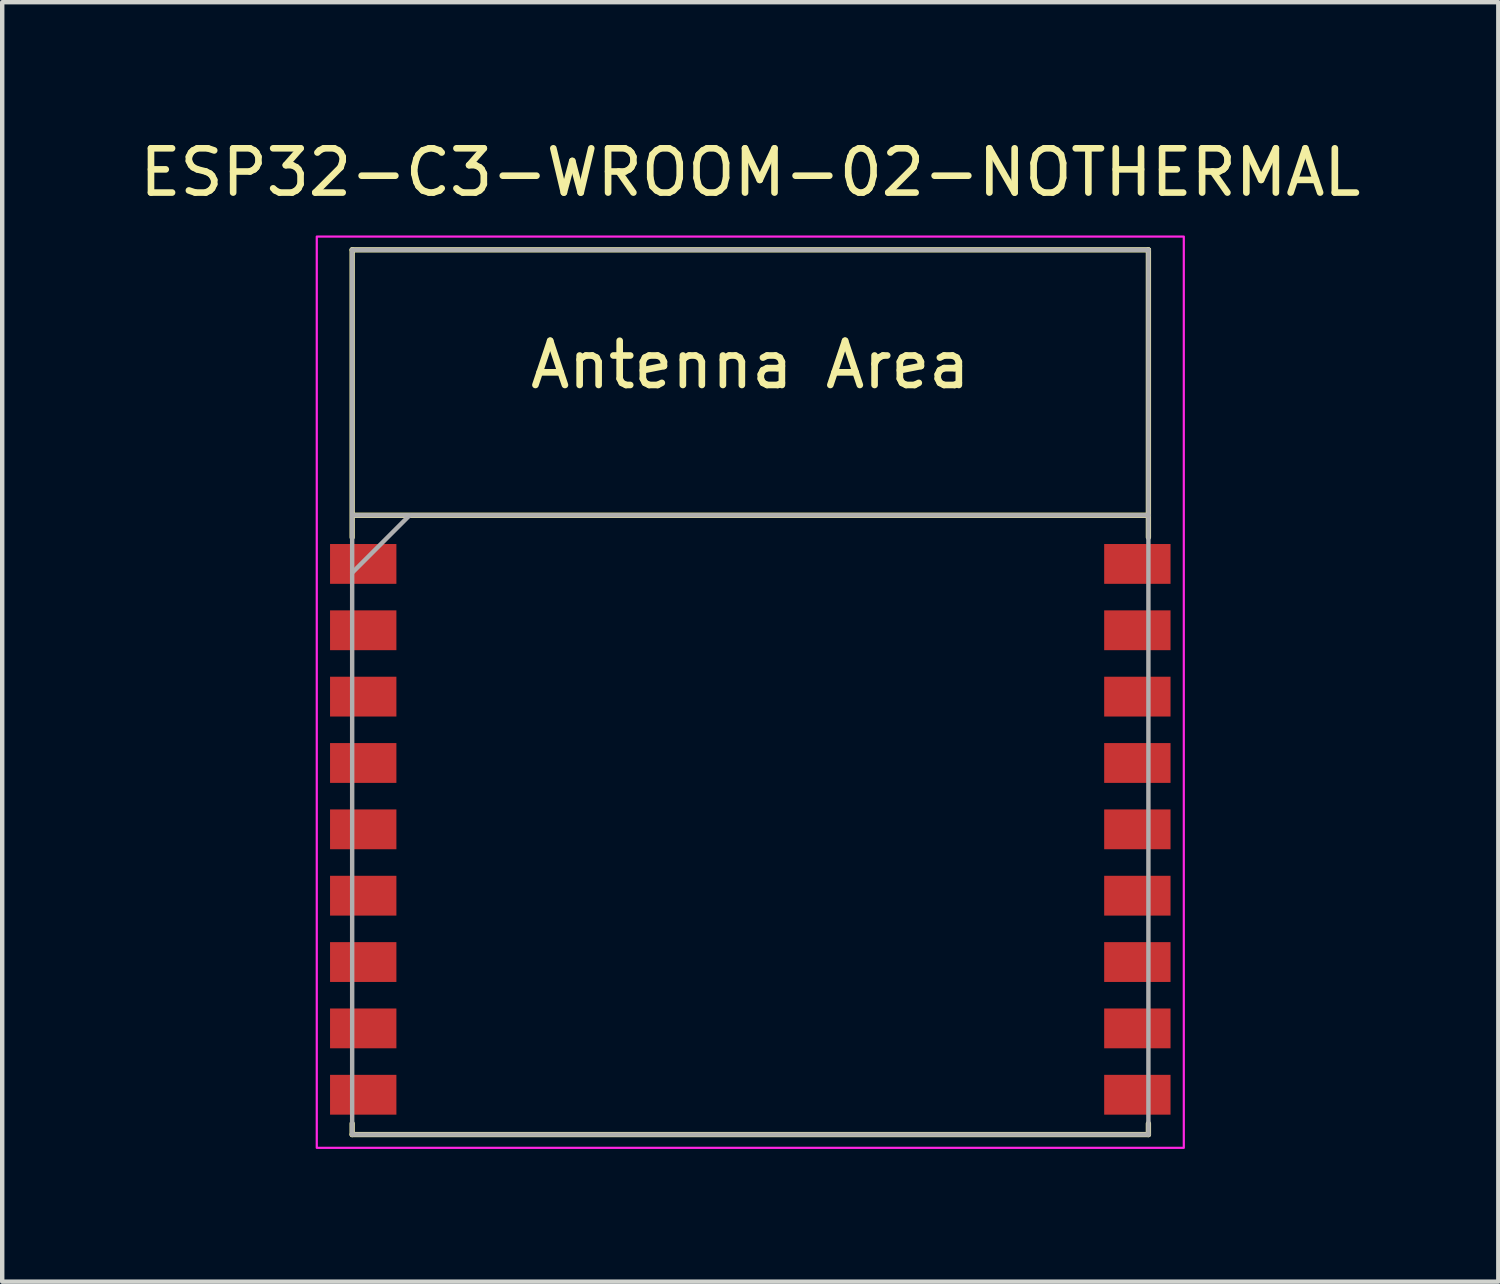
<source format=kicad_pcb>
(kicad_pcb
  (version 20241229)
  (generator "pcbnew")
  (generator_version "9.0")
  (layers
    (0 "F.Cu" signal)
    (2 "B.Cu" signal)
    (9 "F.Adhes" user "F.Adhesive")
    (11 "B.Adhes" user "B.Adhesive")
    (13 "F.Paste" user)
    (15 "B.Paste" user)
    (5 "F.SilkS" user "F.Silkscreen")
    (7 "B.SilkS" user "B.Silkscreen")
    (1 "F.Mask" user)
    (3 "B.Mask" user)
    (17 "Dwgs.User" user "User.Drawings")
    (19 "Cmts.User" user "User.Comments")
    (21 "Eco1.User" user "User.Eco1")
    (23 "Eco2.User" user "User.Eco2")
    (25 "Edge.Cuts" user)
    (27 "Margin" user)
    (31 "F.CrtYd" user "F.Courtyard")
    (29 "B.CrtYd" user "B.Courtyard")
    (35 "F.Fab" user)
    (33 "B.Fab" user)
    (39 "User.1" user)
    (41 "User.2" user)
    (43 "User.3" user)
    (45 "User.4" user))
  (footprint "ESP32-C3-WROOM-02-NOTHERMAL"
    (layer "F.Cu")
    (at 13.911 15.598)
    (property "Reference" "ESP32-C3-WROOM-02-NOTHERMAL" (at 0 -14.75 0) (layer "F.SilkS") (effects (font (size 1 1) (thickness 0.15))))
    (attr smd)
    (fp_line (start -9 -13) (end -9 -6.5) (stroke (width 0.12) (type solid)) (layer "F.SilkS"))
    (fp_line (start -9 -13) (end 9 -13) (stroke (width 0.12) (type solid)) (layer "F.SilkS"))
    (fp_line (start -9 7) (end -9 6.75) (stroke (width 0.12) (type solid)) (layer "F.SilkS"))
    (fp_line (start 9 -13) (end 9 -6.5) (stroke (width 0.12) (type solid)) (layer "F.SilkS"))
    (fp_line (start 9 -7) (end -8.95 -7) (stroke (width 0.12) (type solid)) (layer "F.SilkS"))
    (fp_line (start 9 6.75) (end 9 7) (stroke (width 0.12) (type solid)) (layer "F.SilkS"))
    (fp_line (start 9 7) (end -9 7) (stroke (width 0.12) (type solid)) (layer "F.SilkS"))
    (fp_poly (pts (xy 9.8 7.3) (xy -9.8 7.3) (xy -9.8 -13.3) (xy 9.8 -13.3)) (stroke (width 0.05) (type solid)) (fill no) (layer "F.CrtYd"))
    (fp_line (start -9 -13) (end 9 -13) (stroke (width 0.1) (type solid)) (layer "F.Fab"))
    (fp_line (start -9 -7) (end 9 -7) (stroke (width 0.1) (type solid)) (layer "F.Fab"))
    (fp_line (start -9 7) (end -9 -13) (stroke (width 0.1) (type solid)) (layer "F.Fab"))
    (fp_line (start -7.7 -7) (end -9 -5.7) (stroke (width 0.1) (type solid)) (layer "F.Fab"))
    (fp_line (start 9 -13) (end 9 7) (stroke (width 0.1) (type solid)) (layer "F.Fab"))
    (fp_line (start 9 7) (end -9 7) (stroke (width 0.1) (type solid)) (layer "F.Fab"))
    (fp_text user "Antenna Area" (at 0 -10.4 0) (layer "F.SilkS") (effects (font (size 1 1) (thickness 0.15))))
    (pad "1" smd rect (at -8.75 -5.9) (size 1.5 0.9) (layers "F.Cu" "F.Mask" "F.Paste"))
    (pad "2" smd rect (at -8.75 -4.4) (size 1.5 0.9) (layers "F.Cu" "F.Mask" "F.Paste"))
    (pad "3" smd rect (at -8.75 -2.9) (size 1.5 0.9) (layers "F.Cu" "F.Mask" "F.Paste"))
    (pad "4" smd rect (at -8.75 -1.4) (size 1.5 0.9) (layers "F.Cu" "F.Mask" "F.Paste"))
    (pad "5" smd rect (at -8.75 0.1) (size 1.5 0.9) (layers "F.Cu" "F.Mask" "F.Paste"))
    (pad "6" smd rect (at -8.75 1.6) (size 1.5 0.9) (layers "F.Cu" "F.Mask" "F.Paste"))
    (pad "7" smd rect (at -8.75 3.1) (size 1.5 0.9) (layers "F.Cu" "F.Mask" "F.Paste"))
    (pad "8" smd rect (at -8.75 4.6) (size 1.5 0.9) (layers "F.Cu" "F.Mask" "F.Paste"))
    (pad "9" smd rect (at -8.75 6.1) (size 1.5 0.9) (layers "F.Cu" "F.Mask" "F.Paste"))
    (pad "10" smd rect (at 8.75 6.1 180) (size 1.5 0.9) (layers "F.Cu" "F.Mask" "F.Paste"))
    (pad "11" smd rect (at 8.75 4.6 180) (size 1.5 0.9) (layers "F.Cu" "F.Mask" "F.Paste"))
    (pad "12" smd rect (at 8.75 3.1 180) (size 1.5 0.9) (layers "F.Cu" "F.Mask" "F.Paste"))
    (pad "13" smd rect (at 8.75 1.6 180) (size 1.5 0.9) (layers "F.Cu" "F.Mask" "F.Paste"))
    (pad "14" smd rect (at 8.75 0.1 180) (size 1.5 0.9) (layers "F.Cu" "F.Mask" "F.Paste"))
    (pad "15" smd rect (at 8.75 -1.4 180) (size 1.5 0.9) (layers "F.Cu" "F.Mask" "F.Paste"))
    (pad "16" smd rect (at 8.75 -2.9 180) (size 1.5 0.9) (layers "F.Cu" "F.Mask" "F.Paste"))
    (pad "17" smd rect (at 8.75 -4.4 180) (size 1.5 0.9) (layers "F.Cu" "F.Mask" "F.Paste"))
    (pad "18" smd rect (at 8.75 -5.9 180) (size 1.5 0.9) (layers "F.Cu" "F.Mask" "F.Paste"))
    (zone (net_name "") (layer "F.Cu") (hatch edge 0.5) (connect_pads) (min_thickness 0.25) (filled_areas_thickness no) (keepout (tracks not_allowed) (vias not_allowed) (pads not_allowed) (copperpour not_allowed) (footprints not_allowed)) (placement (enabled no)) (fill) (polygon (pts (xy 13.276 14.328) (xy 16.451 14.328) (xy 16.451 17.503) (xy 13.276 17.503))))
    (zone (net_name "") (layers "F.Cu" "B.Cu") (name "antenna keepout") (hatch edge 0.508) (connect_pads) (min_thickness 0.254) (filled_areas_thickness no) (keepout (tracks not_allowed) (vias not_allowed) (pads not_allowed) (copperpour not_allowed) (footprints not_allowed)) (placement (enabled no)) (fill) (polygon (pts (xy 22.911 8.598) (xy 4.911 8.598) (xy 4.911 2.598) (xy 22.911 2.598)))))
  (gr_rect
    (start -3 -3)
    (end 30.821 25.923)
    (stroke (width 0.1) (type default))
    (fill no)
    (layer "Edge.Cuts")))
</source>
